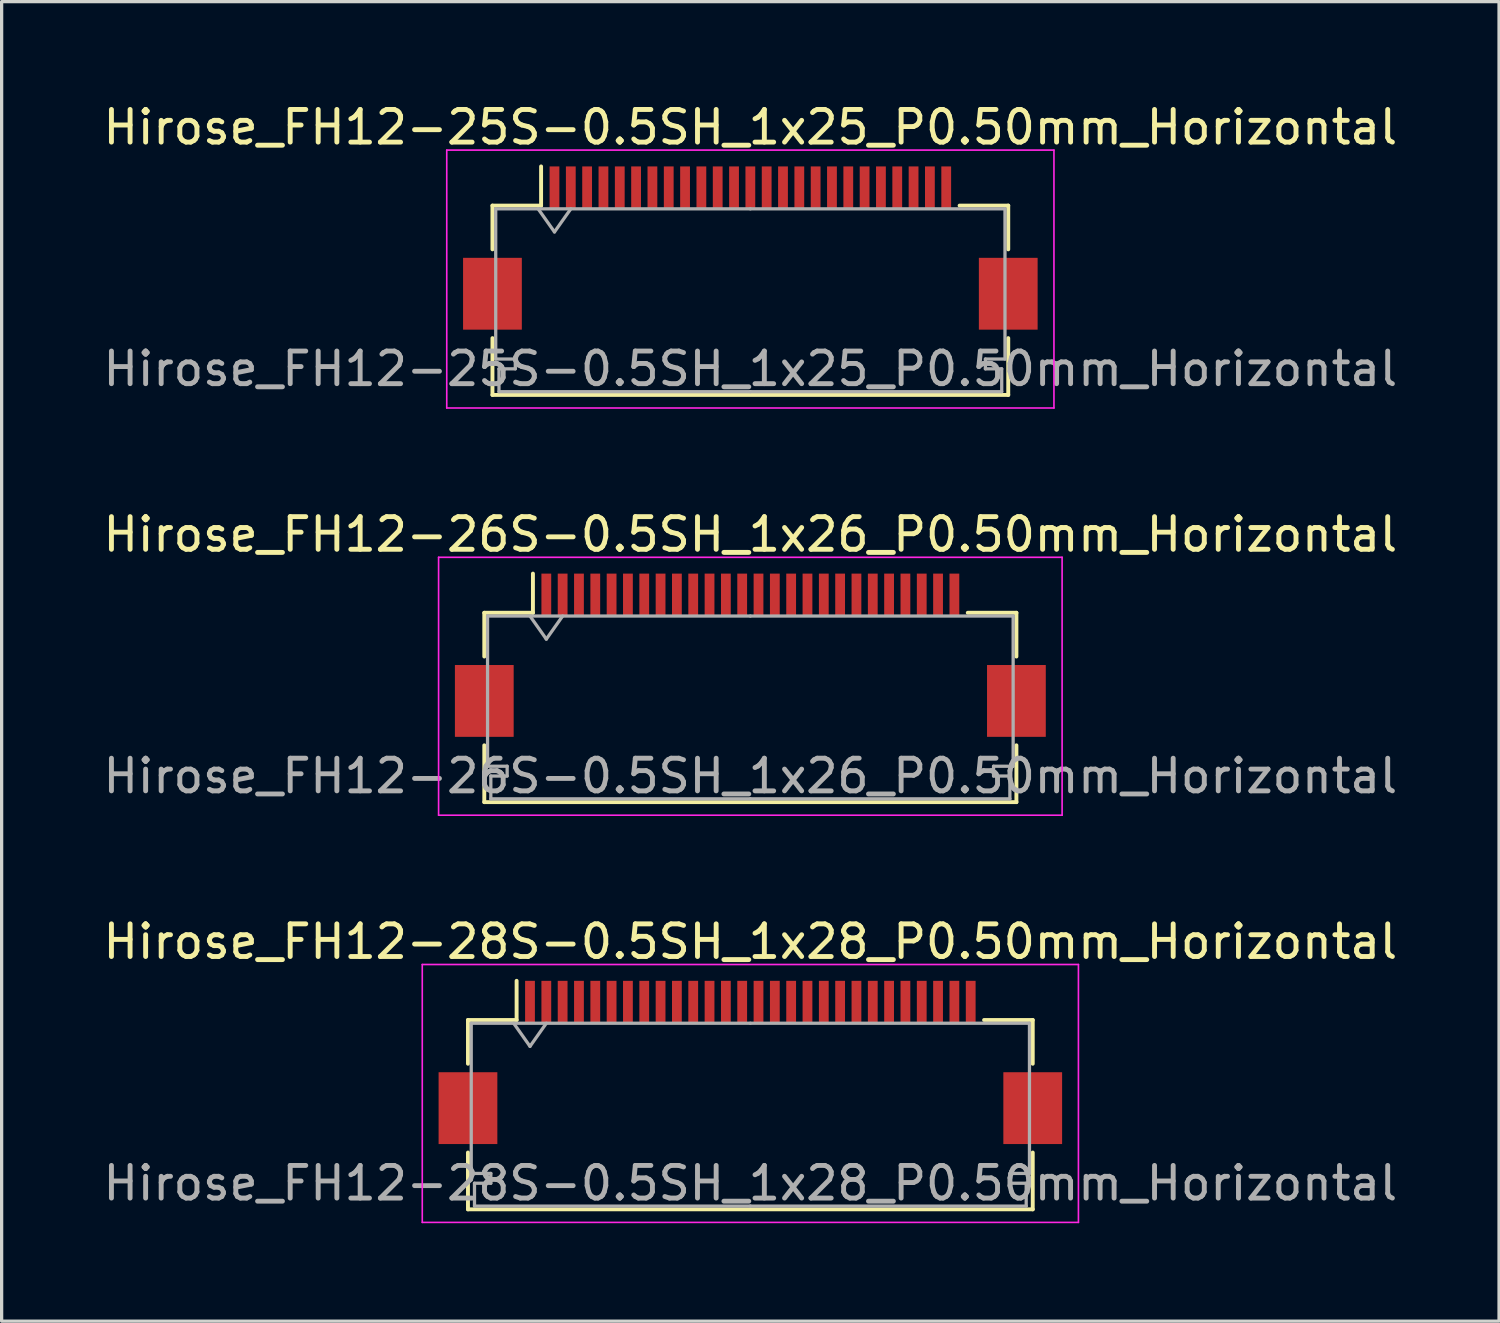
<source format=kicad_pcb>
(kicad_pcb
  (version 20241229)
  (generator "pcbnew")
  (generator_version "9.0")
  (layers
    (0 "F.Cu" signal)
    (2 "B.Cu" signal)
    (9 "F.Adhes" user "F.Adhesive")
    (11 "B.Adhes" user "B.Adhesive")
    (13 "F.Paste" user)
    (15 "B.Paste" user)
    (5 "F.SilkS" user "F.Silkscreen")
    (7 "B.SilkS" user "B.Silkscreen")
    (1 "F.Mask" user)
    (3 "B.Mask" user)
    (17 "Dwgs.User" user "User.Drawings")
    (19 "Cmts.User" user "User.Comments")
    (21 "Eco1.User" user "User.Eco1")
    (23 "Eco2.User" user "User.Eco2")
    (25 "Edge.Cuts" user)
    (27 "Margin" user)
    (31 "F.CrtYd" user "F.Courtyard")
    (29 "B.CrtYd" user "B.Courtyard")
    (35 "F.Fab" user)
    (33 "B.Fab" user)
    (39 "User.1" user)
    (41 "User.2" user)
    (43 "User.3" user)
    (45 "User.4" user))
  (footprint "Hirose_FH12-26S-0.5SH_1x26_P0.50mm_Horizontal"
    (layer "F.Cu")
    (at 19.935 17.021)
    (property "Reference" "Hirose_FH12-26S-0.5SH_1x26_P0.50mm_Horizontal" (at 0 -3.7 0) (layer "F.SilkS") (effects (font (size 1 1) (thickness 0.15))))
    (attr smd)
    (fp_line (start -8.15 -1.3) (end -8.15 0.04) (stroke (width 0.12) (type solid)) (layer "F.SilkS"))
    (fp_line (start -8.15 2.76) (end -8.15 4.5) (stroke (width 0.12) (type solid)) (layer "F.SilkS"))
    (fp_line (start -8.15 4.5) (end 8.15 4.5) (stroke (width 0.12) (type solid)) (layer "F.SilkS"))
    (fp_line (start -6.66 -1.3) (end -8.15 -1.3) (stroke (width 0.12) (type solid)) (layer "F.SilkS"))
    (fp_line (start -6.66 -1.3) (end -6.66 -2.5) (stroke (width 0.12) (type solid)) (layer "F.SilkS"))
    (fp_line (start 6.66 -1.3) (end 8.15 -1.3) (stroke (width 0.12) (type solid)) (layer "F.SilkS"))
    (fp_line (start 8.15 -1.3) (end 8.15 0.04) (stroke (width 0.12) (type solid)) (layer "F.SilkS"))
    (fp_line (start 8.15 4.5) (end 8.15 2.76) (stroke (width 0.12) (type solid)) (layer "F.SilkS"))
    (fp_line (start -9.55 -3) (end -9.55 4.9) (stroke (width 0.05) (type solid)) (layer "F.CrtYd"))
    (fp_line (start -9.55 4.9) (end 9.55 4.9) (stroke (width 0.05) (type solid)) (layer "F.CrtYd"))
    (fp_line (start 9.55 -3) (end -9.55 -3) (stroke (width 0.05) (type solid)) (layer "F.CrtYd"))
    (fp_line (start 9.55 4.9) (end 9.55 -3) (stroke (width 0.05) (type solid)) (layer "F.CrtYd"))
    (fp_line (start -8.05 -1.2) (end -8.05 3.4) (stroke (width 0.1) (type solid)) (layer "F.Fab"))
    (fp_line (start -8.05 3.4) (end -7.45 3.4) (stroke (width 0.1) (type solid)) (layer "F.Fab"))
    (fp_line (start -7.95 3.7) (end -7.95 4.4) (stroke (width 0.1) (type solid)) (layer "F.Fab"))
    (fp_line (start -7.95 4.4) (end 0 4.4) (stroke (width 0.1) (type solid)) (layer "F.Fab"))
    (fp_line (start -7.45 3.4) (end -7.45 3.7) (stroke (width 0.1) (type solid)) (layer "F.Fab"))
    (fp_line (start -7.45 3.7) (end -7.95 3.7) (stroke (width 0.1) (type solid)) (layer "F.Fab"))
    (fp_line (start -6.75 -1.2) (end -6.25 -0.493) (stroke (width 0.1) (type solid)) (layer "F.Fab"))
    (fp_line (start -6.25 -0.493) (end -5.75 -1.2) (stroke (width 0.1) (type solid)) (layer "F.Fab"))
    (fp_line (start 0 -1.2) (end -8.05 -1.2) (stroke (width 0.1) (type solid)) (layer "F.Fab"))
    (fp_line (start 0 -1.2) (end 8.05 -1.2) (stroke (width 0.1) (type solid)) (layer "F.Fab"))
    (fp_line (start 7.45 3.4) (end 7.45 3.7) (stroke (width 0.1) (type solid)) (layer "F.Fab"))
    (fp_line (start 7.45 3.7) (end 7.95 3.7) (stroke (width 0.1) (type solid)) (layer "F.Fab"))
    (fp_line (start 7.95 3.7) (end 7.95 4.4) (stroke (width 0.1) (type solid)) (layer "F.Fab"))
    (fp_line (start 7.95 4.4) (end 0 4.4) (stroke (width 0.1) (type solid)) (layer "F.Fab"))
    (fp_line (start 8.05 -1.2) (end 8.05 3.4) (stroke (width 0.1) (type solid)) (layer "F.Fab"))
    (fp_line (start 8.05 3.4) (end 7.45 3.4) (stroke (width 0.1) (type solid)) (layer "F.Fab"))
    (fp_text user "${REFERENCE}" (at 0 3.7 0) (layer "F.Fab") (effects (font (size 1 1) (thickness 0.15))))
    (pad "" smd rect (at -8.15 1.4) (size 1.8 2.2) (layers "F.Cu" "F.Mask" "F.Paste"))
    (pad "" smd rect (at 8.15 1.4) (size 1.8 2.2) (layers "F.Cu" "F.Mask" "F.Paste"))
    (pad "1" smd rect (at -6.25 -1.85) (size 0.3 1.3) (layers "F.Cu" "F.Mask" "F.Paste"))
    (pad "2" smd rect (at -5.75 -1.85) (size 0.3 1.3) (layers "F.Cu" "F.Mask" "F.Paste"))
    (pad "3" smd rect (at -5.25 -1.85) (size 0.3 1.3) (layers "F.Cu" "F.Mask" "F.Paste"))
    (pad "4" smd rect (at -4.75 -1.85) (size 0.3 1.3) (layers "F.Cu" "F.Mask" "F.Paste"))
    (pad "5" smd rect (at -4.25 -1.85) (size 0.3 1.3) (layers "F.Cu" "F.Mask" "F.Paste"))
    (pad "6" smd rect (at -3.75 -1.85) (size 0.3 1.3) (layers "F.Cu" "F.Mask" "F.Paste"))
    (pad "7" smd rect (at -3.25 -1.85) (size 0.3 1.3) (layers "F.Cu" "F.Mask" "F.Paste"))
    (pad "8" smd rect (at -2.75 -1.85) (size 0.3 1.3) (layers "F.Cu" "F.Mask" "F.Paste"))
    (pad "9" smd rect (at -2.25 -1.85) (size 0.3 1.3) (layers "F.Cu" "F.Mask" "F.Paste"))
    (pad "10" smd rect (at -1.75 -1.85) (size 0.3 1.3) (layers "F.Cu" "F.Mask" "F.Paste"))
    (pad "11" smd rect (at -1.25 -1.85) (size 0.3 1.3) (layers "F.Cu" "F.Mask" "F.Paste"))
    (pad "12" smd rect (at -0.75 -1.85) (size 0.3 1.3) (layers "F.Cu" "F.Mask" "F.Paste"))
    (pad "13" smd rect (at -0.25 -1.85) (size 0.3 1.3) (layers "F.Cu" "F.Mask" "F.Paste"))
    (pad "14" smd rect (at 0.25 -1.85) (size 0.3 1.3) (layers "F.Cu" "F.Mask" "F.Paste"))
    (pad "15" smd rect (at 0.75 -1.85) (size 0.3 1.3) (layers "F.Cu" "F.Mask" "F.Paste"))
    (pad "16" smd rect (at 1.25 -1.85) (size 0.3 1.3) (layers "F.Cu" "F.Mask" "F.Paste"))
    (pad "17" smd rect (at 1.75 -1.85) (size 0.3 1.3) (layers "F.Cu" "F.Mask" "F.Paste"))
    (pad "18" smd rect (at 2.25 -1.85) (size 0.3 1.3) (layers "F.Cu" "F.Mask" "F.Paste"))
    (pad "19" smd rect (at 2.75 -1.85) (size 0.3 1.3) (layers "F.Cu" "F.Mask" "F.Paste"))
    (pad "20" smd rect (at 3.25 -1.85) (size 0.3 1.3) (layers "F.Cu" "F.Mask" "F.Paste"))
    (pad "21" smd rect (at 3.75 -1.85) (size 0.3 1.3) (layers "F.Cu" "F.Mask" "F.Paste"))
    (pad "22" smd rect (at 4.25 -1.85) (size 0.3 1.3) (layers "F.Cu" "F.Mask" "F.Paste"))
    (pad "23" smd rect (at 4.75 -1.85) (size 0.3 1.3) (layers "F.Cu" "F.Mask" "F.Paste"))
    (pad "24" smd rect (at 5.25 -1.85) (size 0.3 1.3) (layers "F.Cu" "F.Mask" "F.Paste"))
    (pad "25" smd rect (at 5.75 -1.85) (size 0.3 1.3) (layers "F.Cu" "F.Mask" "F.Paste"))
    (pad "26" smd rect (at 6.25 -1.85) (size 0.3 1.3) (layers "F.Cu" "F.Mask" "F.Paste")))
  (footprint "Hirose_FH12-25S-0.5SH_1x25_P0.50mm_Horizontal"
    (layer "F.Cu")
    (at 19.935 4.548)
    (property "Reference" "Hirose_FH12-25S-0.5SH_1x25_P0.50mm_Horizontal" (at 0 -3.7 0) (layer "F.SilkS") (effects (font (size 1 1) (thickness 0.15))))
    (attr smd)
    (fp_line (start -7.9 -1.3) (end -7.9 0.04) (stroke (width 0.12) (type solid)) (layer "F.SilkS"))
    (fp_line (start -7.9 2.76) (end -7.9 4.5) (stroke (width 0.12) (type solid)) (layer "F.SilkS"))
    (fp_line (start -7.9 4.5) (end 7.9 4.5) (stroke (width 0.12) (type solid)) (layer "F.SilkS"))
    (fp_line (start -6.41 -1.3) (end -7.9 -1.3) (stroke (width 0.12) (type solid)) (layer "F.SilkS"))
    (fp_line (start -6.41 -1.3) (end -6.41 -2.5) (stroke (width 0.12) (type solid)) (layer "F.SilkS"))
    (fp_line (start 6.41 -1.3) (end 7.9 -1.3) (stroke (width 0.12) (type solid)) (layer "F.SilkS"))
    (fp_line (start 7.9 -1.3) (end 7.9 0.04) (stroke (width 0.12) (type solid)) (layer "F.SilkS"))
    (fp_line (start 7.9 4.5) (end 7.9 2.76) (stroke (width 0.12) (type solid)) (layer "F.SilkS"))
    (fp_line (start -9.3 -3) (end -9.3 4.9) (stroke (width 0.05) (type solid)) (layer "F.CrtYd"))
    (fp_line (start -9.3 4.9) (end 9.3 4.9) (stroke (width 0.05) (type solid)) (layer "F.CrtYd"))
    (fp_line (start 9.3 -3) (end -9.3 -3) (stroke (width 0.05) (type solid)) (layer "F.CrtYd"))
    (fp_line (start 9.3 4.9) (end 9.3 -3) (stroke (width 0.05) (type solid)) (layer "F.CrtYd"))
    (fp_line (start -7.8 -1.2) (end -7.8 3.4) (stroke (width 0.1) (type solid)) (layer "F.Fab"))
    (fp_line (start -7.8 3.4) (end -7.2 3.4) (stroke (width 0.1) (type solid)) (layer "F.Fab"))
    (fp_line (start -7.7 3.7) (end -7.7 4.4) (stroke (width 0.1) (type solid)) (layer "F.Fab"))
    (fp_line (start -7.7 4.4) (end 0 4.4) (stroke (width 0.1) (type solid)) (layer "F.Fab"))
    (fp_line (start -7.2 3.4) (end -7.2 3.7) (stroke (width 0.1) (type solid)) (layer "F.Fab"))
    (fp_line (start -7.2 3.7) (end -7.7 3.7) (stroke (width 0.1) (type solid)) (layer "F.Fab"))
    (fp_line (start -6.5 -1.2) (end -6 -0.493) (stroke (width 0.1) (type solid)) (layer "F.Fab"))
    (fp_line (start -6 -0.493) (end -5.5 -1.2) (stroke (width 0.1) (type solid)) (layer "F.Fab"))
    (fp_line (start 0 -1.2) (end -7.8 -1.2) (stroke (width 0.1) (type solid)) (layer "F.Fab"))
    (fp_line (start 0 -1.2) (end 7.8 -1.2) (stroke (width 0.1) (type solid)) (layer "F.Fab"))
    (fp_line (start 7.2 3.4) (end 7.2 3.7) (stroke (width 0.1) (type solid)) (layer "F.Fab"))
    (fp_line (start 7.2 3.7) (end 7.7 3.7) (stroke (width 0.1) (type solid)) (layer "F.Fab"))
    (fp_line (start 7.7 3.7) (end 7.7 4.4) (stroke (width 0.1) (type solid)) (layer "F.Fab"))
    (fp_line (start 7.7 4.4) (end 0 4.4) (stroke (width 0.1) (type solid)) (layer "F.Fab"))
    (fp_line (start 7.8 -1.2) (end 7.8 3.4) (stroke (width 0.1) (type solid)) (layer "F.Fab"))
    (fp_line (start 7.8 3.4) (end 7.2 3.4) (stroke (width 0.1) (type solid)) (layer "F.Fab"))
    (fp_text user "${REFERENCE}" (at 0 3.7 0) (layer "F.Fab") (effects (font (size 1 1) (thickness 0.15))))
    (pad "" smd rect (at -7.9 1.4) (size 1.8 2.2) (layers "F.Cu" "F.Mask" "F.Paste"))
    (pad "" smd rect (at 7.9 1.4) (size 1.8 2.2) (layers "F.Cu" "F.Mask" "F.Paste"))
    (pad "1" smd rect (at -6 -1.85) (size 0.3 1.3) (layers "F.Cu" "F.Mask" "F.Paste"))
    (pad "2" smd rect (at -5.5 -1.85) (size 0.3 1.3) (layers "F.Cu" "F.Mask" "F.Paste"))
    (pad "3" smd rect (at -5 -1.85) (size 0.3 1.3) (layers "F.Cu" "F.Mask" "F.Paste"))
    (pad "4" smd rect (at -4.5 -1.85) (size 0.3 1.3) (layers "F.Cu" "F.Mask" "F.Paste"))
    (pad "5" smd rect (at -4 -1.85) (size 0.3 1.3) (layers "F.Cu" "F.Mask" "F.Paste"))
    (pad "6" smd rect (at -3.5 -1.85) (size 0.3 1.3) (layers "F.Cu" "F.Mask" "F.Paste"))
    (pad "7" smd rect (at -3 -1.85) (size 0.3 1.3) (layers "F.Cu" "F.Mask" "F.Paste"))
    (pad "8" smd rect (at -2.5 -1.85) (size 0.3 1.3) (layers "F.Cu" "F.Mask" "F.Paste"))
    (pad "9" smd rect (at -2 -1.85) (size 0.3 1.3) (layers "F.Cu" "F.Mask" "F.Paste"))
    (pad "10" smd rect (at -1.5 -1.85) (size 0.3 1.3) (layers "F.Cu" "F.Mask" "F.Paste"))
    (pad "11" smd rect (at -1 -1.85) (size 0.3 1.3) (layers "F.Cu" "F.Mask" "F.Paste"))
    (pad "12" smd rect (at -0.5 -1.85) (size 0.3 1.3) (layers "F.Cu" "F.Mask" "F.Paste"))
    (pad "13" smd rect (at 0 -1.85) (size 0.3 1.3) (layers "F.Cu" "F.Mask" "F.Paste"))
    (pad "14" smd rect (at 0.5 -1.85) (size 0.3 1.3) (layers "F.Cu" "F.Mask" "F.Paste"))
    (pad "15" smd rect (at 1 -1.85) (size 0.3 1.3) (layers "F.Cu" "F.Mask" "F.Paste"))
    (pad "16" smd rect (at 1.5 -1.85) (size 0.3 1.3) (layers "F.Cu" "F.Mask" "F.Paste"))
    (pad "17" smd rect (at 2 -1.85) (size 0.3 1.3) (layers "F.Cu" "F.Mask" "F.Paste"))
    (pad "18" smd rect (at 2.5 -1.85) (size 0.3 1.3) (layers "F.Cu" "F.Mask" "F.Paste"))
    (pad "19" smd rect (at 3 -1.85) (size 0.3 1.3) (layers "F.Cu" "F.Mask" "F.Paste"))
    (pad "20" smd rect (at 3.5 -1.85) (size 0.3 1.3) (layers "F.Cu" "F.Mask" "F.Paste"))
    (pad "21" smd rect (at 4 -1.85) (size 0.3 1.3) (layers "F.Cu" "F.Mask" "F.Paste"))
    (pad "22" smd rect (at 4.5 -1.85) (size 0.3 1.3) (layers "F.Cu" "F.Mask" "F.Paste"))
    (pad "23" smd rect (at 5 -1.85) (size 0.3 1.3) (layers "F.Cu" "F.Mask" "F.Paste"))
    (pad "24" smd rect (at 5.5 -1.85) (size 0.3 1.3) (layers "F.Cu" "F.Mask" "F.Paste"))
    (pad "25" smd rect (at 6 -1.85) (size 0.3 1.3) (layers "F.Cu" "F.Mask" "F.Paste")))
  (footprint "Hirose_FH12-28S-0.5SH_1x28_P0.50mm_Horizontal"
    (layer "F.Cu")
    (at 19.935 29.495)
    (property "Reference" "Hirose_FH12-28S-0.5SH_1x28_P0.50mm_Horizontal" (at 0 -3.7 0) (layer "F.SilkS") (effects (font (size 1 1) (thickness 0.15))))
    (attr smd)
    (fp_line (start -8.65 -1.3) (end -8.65 0.04) (stroke (width 0.12) (type solid)) (layer "F.SilkS"))
    (fp_line (start -8.65 2.76) (end -8.65 4.5) (stroke (width 0.12) (type solid)) (layer "F.SilkS"))
    (fp_line (start -8.65 4.5) (end 8.65 4.5) (stroke (width 0.12) (type solid)) (layer "F.SilkS"))
    (fp_line (start -7.16 -1.3) (end -8.65 -1.3) (stroke (width 0.12) (type solid)) (layer "F.SilkS"))
    (fp_line (start -7.16 -1.3) (end -7.16 -2.5) (stroke (width 0.12) (type solid)) (layer "F.SilkS"))
    (fp_line (start 7.16 -1.3) (end 8.65 -1.3) (stroke (width 0.12) (type solid)) (layer "F.SilkS"))
    (fp_line (start 8.65 -1.3) (end 8.65 0.04) (stroke (width 0.12) (type solid)) (layer "F.SilkS"))
    (fp_line (start 8.65 4.5) (end 8.65 2.76) (stroke (width 0.12) (type solid)) (layer "F.SilkS"))
    (fp_line (start -10.05 -3) (end -10.05 4.9) (stroke (width 0.05) (type solid)) (layer "F.CrtYd"))
    (fp_line (start -10.05 4.9) (end 10.05 4.9) (stroke (width 0.05) (type solid)) (layer "F.CrtYd"))
    (fp_line (start 10.05 -3) (end -10.05 -3) (stroke (width 0.05) (type solid)) (layer "F.CrtYd"))
    (fp_line (start 10.05 4.9) (end 10.05 -3) (stroke (width 0.05) (type solid)) (layer "F.CrtYd"))
    (fp_line (start -8.55 -1.2) (end -8.55 3.4) (stroke (width 0.1) (type solid)) (layer "F.Fab"))
    (fp_line (start -8.55 3.4) (end -7.95 3.4) (stroke (width 0.1) (type solid)) (layer "F.Fab"))
    (fp_line (start -8.45 3.7) (end -8.45 4.4) (stroke (width 0.1) (type solid)) (layer "F.Fab"))
    (fp_line (start -8.45 4.4) (end 0 4.4) (stroke (width 0.1) (type solid)) (layer "F.Fab"))
    (fp_line (start -7.95 3.4) (end -7.95 3.7) (stroke (width 0.1) (type solid)) (layer "F.Fab"))
    (fp_line (start -7.95 3.7) (end -8.45 3.7) (stroke (width 0.1) (type solid)) (layer "F.Fab"))
    (fp_line (start -7.25 -1.2) (end -6.75 -0.493) (stroke (width 0.1) (type solid)) (layer "F.Fab"))
    (fp_line (start -6.75 -0.493) (end -6.25 -1.2) (stroke (width 0.1) (type solid)) (layer "F.Fab"))
    (fp_line (start 0 -1.2) (end -8.55 -1.2) (stroke (width 0.1) (type solid)) (layer "F.Fab"))
    (fp_line (start 0 -1.2) (end 8.55 -1.2) (stroke (width 0.1) (type solid)) (layer "F.Fab"))
    (fp_line (start 7.95 3.4) (end 7.95 3.7) (stroke (width 0.1) (type solid)) (layer "F.Fab"))
    (fp_line (start 7.95 3.7) (end 8.45 3.7) (stroke (width 0.1) (type solid)) (layer "F.Fab"))
    (fp_line (start 8.45 3.7) (end 8.45 4.4) (stroke (width 0.1) (type solid)) (layer "F.Fab"))
    (fp_line (start 8.45 4.4) (end 0 4.4) (stroke (width 0.1) (type solid)) (layer "F.Fab"))
    (fp_line (start 8.55 -1.2) (end 8.55 3.4) (stroke (width 0.1) (type solid)) (layer "F.Fab"))
    (fp_line (start 8.55 3.4) (end 7.95 3.4) (stroke (width 0.1) (type solid)) (layer "F.Fab"))
    (fp_text user "${REFERENCE}" (at 0 3.7 0) (layer "F.Fab") (effects (font (size 1 1) (thickness 0.15))))
    (pad "" smd rect (at -8.65 1.4) (size 1.8 2.2) (layers "F.Cu" "F.Mask" "F.Paste"))
    (pad "" smd rect (at 8.65 1.4) (size 1.8 2.2) (layers "F.Cu" "F.Mask" "F.Paste"))
    (pad "1" smd rect (at -6.75 -1.85) (size 0.3 1.3) (layers "F.Cu" "F.Mask" "F.Paste"))
    (pad "2" smd rect (at -6.25 -1.85) (size 0.3 1.3) (layers "F.Cu" "F.Mask" "F.Paste"))
    (pad "3" smd rect (at -5.75 -1.85) (size 0.3 1.3) (layers "F.Cu" "F.Mask" "F.Paste"))
    (pad "4" smd rect (at -5.25 -1.85) (size 0.3 1.3) (layers "F.Cu" "F.Mask" "F.Paste"))
    (pad "5" smd rect (at -4.75 -1.85) (size 0.3 1.3) (layers "F.Cu" "F.Mask" "F.Paste"))
    (pad "6" smd rect (at -4.25 -1.85) (size 0.3 1.3) (layers "F.Cu" "F.Mask" "F.Paste"))
    (pad "7" smd rect (at -3.75 -1.85) (size 0.3 1.3) (layers "F.Cu" "F.Mask" "F.Paste"))
    (pad "8" smd rect (at -3.25 -1.85) (size 0.3 1.3) (layers "F.Cu" "F.Mask" "F.Paste"))
    (pad "9" smd rect (at -2.75 -1.85) (size 0.3 1.3) (layers "F.Cu" "F.Mask" "F.Paste"))
    (pad "10" smd rect (at -2.25 -1.85) (size 0.3 1.3) (layers "F.Cu" "F.Mask" "F.Paste"))
    (pad "11" smd rect (at -1.75 -1.85) (size 0.3 1.3) (layers "F.Cu" "F.Mask" "F.Paste"))
    (pad "12" smd rect (at -1.25 -1.85) (size 0.3 1.3) (layers "F.Cu" "F.Mask" "F.Paste"))
    (pad "13" smd rect (at -0.75 -1.85) (size 0.3 1.3) (layers "F.Cu" "F.Mask" "F.Paste"))
    (pad "14" smd rect (at -0.25 -1.85) (size 0.3 1.3) (layers "F.Cu" "F.Mask" "F.Paste"))
    (pad "15" smd rect (at 0.25 -1.85) (size 0.3 1.3) (layers "F.Cu" "F.Mask" "F.Paste"))
    (pad "16" smd rect (at 0.75 -1.85) (size 0.3 1.3) (layers "F.Cu" "F.Mask" "F.Paste"))
    (pad "17" smd rect (at 1.25 -1.85) (size 0.3 1.3) (layers "F.Cu" "F.Mask" "F.Paste"))
    (pad "18" smd rect (at 1.75 -1.85) (size 0.3 1.3) (layers "F.Cu" "F.Mask" "F.Paste"))
    (pad "19" smd rect (at 2.25 -1.85) (size 0.3 1.3) (layers "F.Cu" "F.Mask" "F.Paste"))
    (pad "20" smd rect (at 2.75 -1.85) (size 0.3 1.3) (layers "F.Cu" "F.Mask" "F.Paste"))
    (pad "21" smd rect (at 3.25 -1.85) (size 0.3 1.3) (layers "F.Cu" "F.Mask" "F.Paste"))
    (pad "22" smd rect (at 3.75 -1.85) (size 0.3 1.3) (layers "F.Cu" "F.Mask" "F.Paste"))
    (pad "23" smd rect (at 4.25 -1.85) (size 0.3 1.3) (layers "F.Cu" "F.Mask" "F.Paste"))
    (pad "24" smd rect (at 4.75 -1.85) (size 0.3 1.3) (layers "F.Cu" "F.Mask" "F.Paste"))
    (pad "25" smd rect (at 5.25 -1.85) (size 0.3 1.3) (layers "F.Cu" "F.Mask" "F.Paste"))
    (pad "26" smd rect (at 5.75 -1.85) (size 0.3 1.3) (layers "F.Cu" "F.Mask" "F.Paste"))
    (pad "27" smd rect (at 6.25 -1.85) (size 0.3 1.3) (layers "F.Cu" "F.Mask" "F.Paste"))
    (pad "28" smd rect (at 6.75 -1.85) (size 0.3 1.3) (layers "F.Cu" "F.Mask" "F.Paste")))
  (gr_rect
    (start -3 -3)
    (end 42.869 37.42)
    (stroke (width 0.1) (type default))
    (fill no)
    (layer "Edge.Cuts")))
</source>
